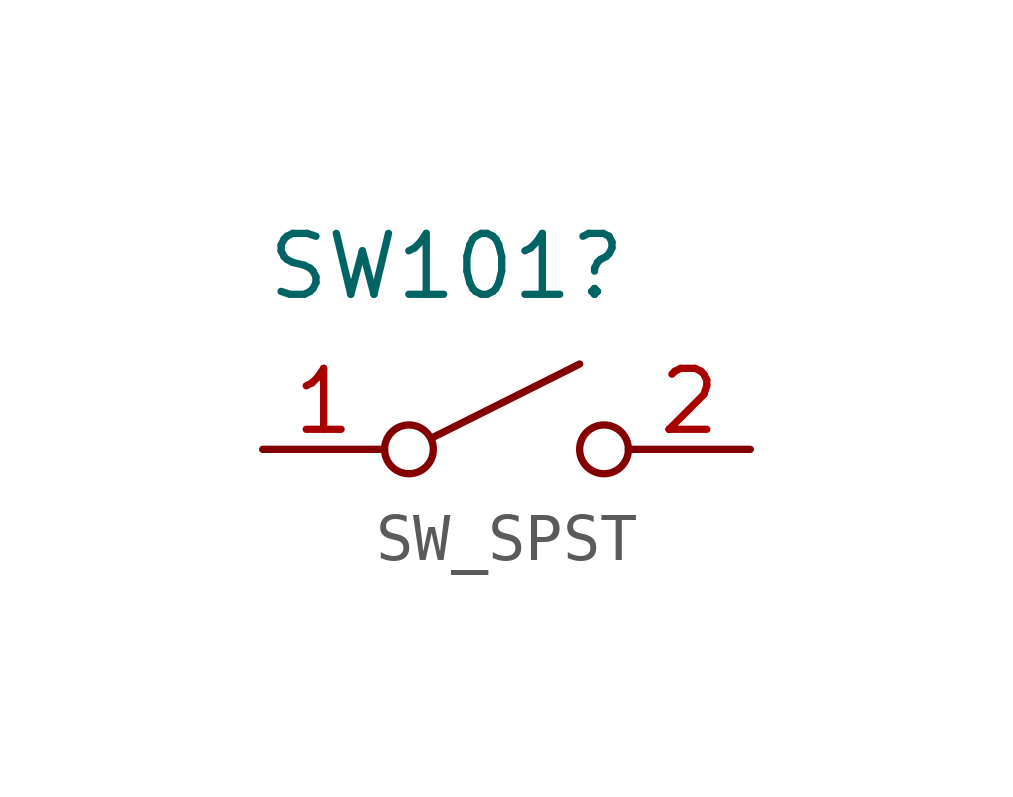
<source format=kicad_sym>
(kicad_symbol_lib
  (version 20241209)
  (generator "kicad_symbol_editor")
  (generator_version "9.0")
  (symbol "SW_SPST"
    (pin_names
      (offset 0)
      (hide yes))
    (property "Reference" "SW101"
      (at 2.54 3.81 0)
      (effects (font (size 1.27 1.27)) (justify right)))
    (symbol "SW_SPST_0_0"
      (circle (center -2.032 0) (radius 0.508) (stroke (width 0) (type default)) (fill (type none)))
      (polyline (pts (xy -1.524 0.254) (xy 1.524 1.778)) (stroke (width 0) (type default)) (fill (type none)))
      (circle (center 2.032 0) (radius 0.508) (stroke (width 0) (type default)) (fill (type none))))
    (symbol "SW_SPST_1_1"
      (pin passive line (at -5.08 0 0) (length 2.54) (name "A" (effects (font (size 1.27 1.27)))) (number "1" (effects (font (size 1.27 1.27)))))
      (pin passive line (at 5.08 0 180) (length 2.54) (name "B" (effects (font (size 1.27 1.27)))) (number "2" (effects (font (size 1.27 1.27))))))))
</source>
